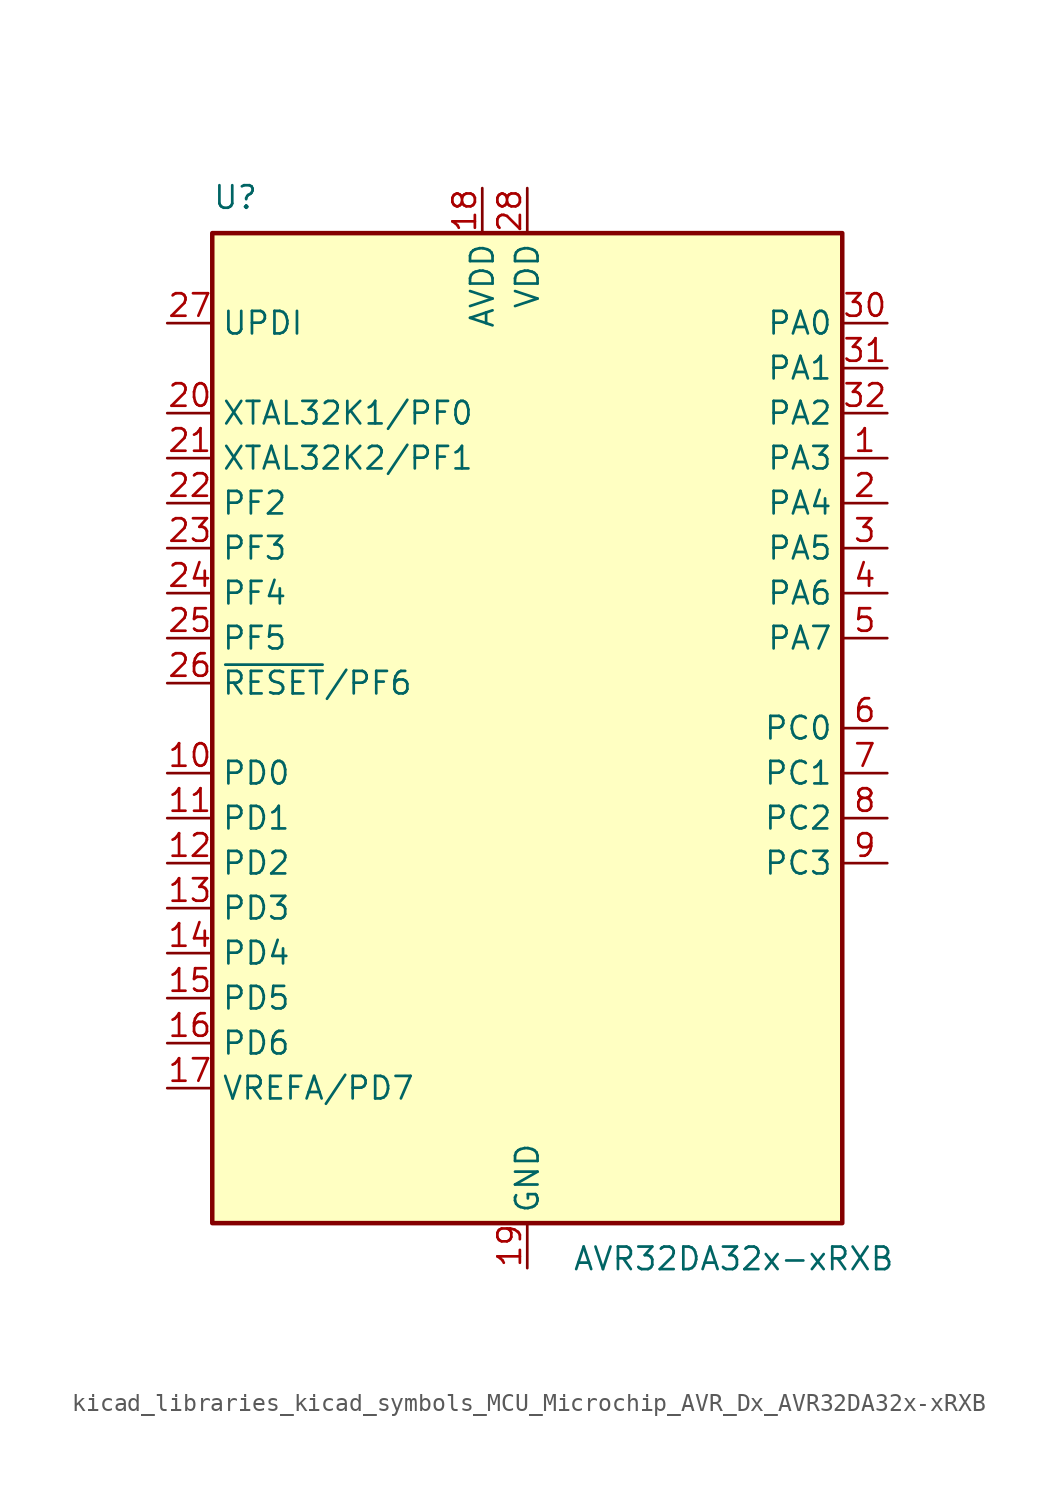
<source format=kicad_sym>
(kicad_symbol_lib
  (version 20220914)
  (generator kicad_symbol_editor)
  (symbol "kicad_libraries_kicad_symbols_MCU_Microchip_AVR_Dx_AVR32DA32x-xRXB"
    (property "Reference" "U"
      (at -17.78 29.21 0)
      (effects (font (size 1.27 1.27)) (justify left bottom)))
    (property "Value" "AVR32DA32x-xRXB"
      (at 2.54 -29.21 0)
      (effects (font (size 1.27 1.27)) (justify left top)))
    (symbol "kicad_libraries_kicad_symbols_MCU_Microchip_AVR_Dx_AVR32DA32x-xRXB_0_1"
      (rectangle (start -17.78 27.94) (end 17.78 -27.94) (stroke (width 0.254) (type default)) (fill (type background))))
    (symbol "kicad_libraries_kicad_symbols_MCU_Microchip_AVR_Dx_AVR32DA32x-xRXB_1_1"
      (pin bidirectional line (at 20.32 15.24 180) (length 2.54) (name "PA3" (effects (font (size 1.27 1.27)))) (number "1" (effects (font (size 1.27 1.27)))))
      (pin bidirectional line (at -20.32 -2.54 0) (length 2.54) (name "PD0" (effects (font (size 1.27 1.27)))) (number "10" (effects (font (size 1.27 1.27)))))
      (pin bidirectional line (at -20.32 -5.08 0) (length 2.54) (name "PD1" (effects (font (size 1.27 1.27)))) (number "11" (effects (font (size 1.27 1.27)))))
      (pin bidirectional line (at -20.32 -7.62 0) (length 2.54) (name "PD2" (effects (font (size 1.27 1.27)))) (number "12" (effects (font (size 1.27 1.27)))))
      (pin bidirectional line (at -20.32 -10.16 0) (length 2.54) (name "PD3" (effects (font (size 1.27 1.27)))) (number "13" (effects (font (size 1.27 1.27)))))
      (pin bidirectional line (at -20.32 -12.7 0) (length 2.54) (name "PD4" (effects (font (size 1.27 1.27)))) (number "14" (effects (font (size 1.27 1.27)))))
      (pin bidirectional line (at -20.32 -15.24 0) (length 2.54) (name "PD5" (effects (font (size 1.27 1.27)))) (number "15" (effects (font (size 1.27 1.27)))))
      (pin bidirectional line (at -20.32 -17.78 0) (length 2.54) (name "PD6" (effects (font (size 1.27 1.27)))) (number "16" (effects (font (size 1.27 1.27)))))
      (pin bidirectional line (at -20.32 -20.32 0) (length 2.54) (name "VREFA/PD7" (effects (font (size 1.27 1.27)))) (number "17" (effects (font (size 1.27 1.27)))))
      (pin power_in line (at -2.54 30.48 270) (length 2.54) (name "AVDD" (effects (font (size 1.27 1.27)))) (number "18" (effects (font (size 1.27 1.27)))))
      (pin power_in line (at 0 -30.48 90) (length 2.54) (name "GND" (effects (font (size 1.27 1.27)))) (number "19" (effects (font (size 1.27 1.27)))))
      (pin bidirectional line (at 20.32 12.7 180) (length 2.54) (name "PA4" (effects (font (size 1.27 1.27)))) (number "2" (effects (font (size 1.27 1.27)))))
      (pin bidirectional line (at -20.32 17.78 0) (length 2.54) (name "XTAL32K1/PF0" (effects (font (size 1.27 1.27)))) (number "20" (effects (font (size 1.27 1.27)))))
      (pin bidirectional line (at -20.32 15.24 0) (length 2.54) (name "XTAL32K2/PF1" (effects (font (size 1.27 1.27)))) (number "21" (effects (font (size 1.27 1.27)))))
      (pin bidirectional line (at -20.32 12.7 0) (length 2.54) (name "PF2" (effects (font (size 1.27 1.27)))) (number "22" (effects (font (size 1.27 1.27)))))
      (pin bidirectional line (at -20.32 10.16 0) (length 2.54) (name "PF3" (effects (font (size 1.27 1.27)))) (number "23" (effects (font (size 1.27 1.27)))))
      (pin bidirectional line (at -20.32 7.62 0) (length 2.54) (name "PF4" (effects (font (size 1.27 1.27)))) (number "24" (effects (font (size 1.27 1.27)))))
      (pin bidirectional line (at -20.32 5.08 0) (length 2.54) (name "PF5" (effects (font (size 1.27 1.27)))) (number "25" (effects (font (size 1.27 1.27)))))
      (pin bidirectional line (at -20.32 2.54 0) (length 2.54) (name "~{RESET}/PF6" (effects (font (size 1.27 1.27)))) (number "26" (effects (font (size 1.27 1.27)))))
      (pin input line (at -20.32 22.86 0) (length 2.54) (name "UPDI" (effects (font (size 1.27 1.27)))) (number "27" (effects (font (size 1.27 1.27)))))
      (pin power_in line (at 0 30.48 270) (length 2.54) (name "VDD" (effects (font (size 1.27 1.27)))) (number "28" (effects (font (size 1.27 1.27)))))
      (pin passive line (at 0 -30.48 90) (length 2.54) hide (name "GND" (effects (font (size 1.27 1.27)))) (number "29" (effects (font (size 1.27 1.27)))))
      (pin bidirectional line (at 20.32 10.16 180) (length 2.54) (name "PA5" (effects (font (size 1.27 1.27)))) (number "3" (effects (font (size 1.27 1.27)))))
      (pin bidirectional line (at 20.32 22.86 180) (length 2.54) (name "PA0" (effects (font (size 1.27 1.27)))) (number "30" (effects (font (size 1.27 1.27)))))
      (pin bidirectional line (at 20.32 20.32 180) (length 2.54) (name "PA1" (effects (font (size 1.27 1.27)))) (number "31" (effects (font (size 1.27 1.27)))))
      (pin bidirectional line (at 20.32 17.78 180) (length 2.54) (name "PA2" (effects (font (size 1.27 1.27)))) (number "32" (effects (font (size 1.27 1.27)))))
      (pin passive line (at 0 -30.48 90) (length 2.54) hide (name "GND" (effects (font (size 1.27 1.27)))) (number "33" (effects (font (size 1.27 1.27)))))
      (pin bidirectional line (at 20.32 7.62 180) (length 2.54) (name "PA6" (effects (font (size 1.27 1.27)))) (number "4" (effects (font (size 1.27 1.27)))))
      (pin bidirectional line (at 20.32 5.08 180) (length 2.54) (name "PA7" (effects (font (size 1.27 1.27)))) (number "5" (effects (font (size 1.27 1.27)))))
      (pin bidirectional line (at 20.32 0 180) (length 2.54) (name "PC0" (effects (font (size 1.27 1.27)))) (number "6" (effects (font (size 1.27 1.27)))))
      (pin bidirectional line (at 20.32 -2.54 180) (length 2.54) (name "PC1" (effects (font (size 1.27 1.27)))) (number "7" (effects (font (size 1.27 1.27)))))
      (pin bidirectional line (at 20.32 -5.08 180) (length 2.54) (name "PC2" (effects (font (size 1.27 1.27)))) (number "8" (effects (font (size 1.27 1.27)))))
      (pin bidirectional line (at 20.32 -7.62 180) (length 2.54) (name "PC3" (effects (font (size 1.27 1.27)))) (number "9" (effects (font (size 1.27 1.27))))))))
</source>
